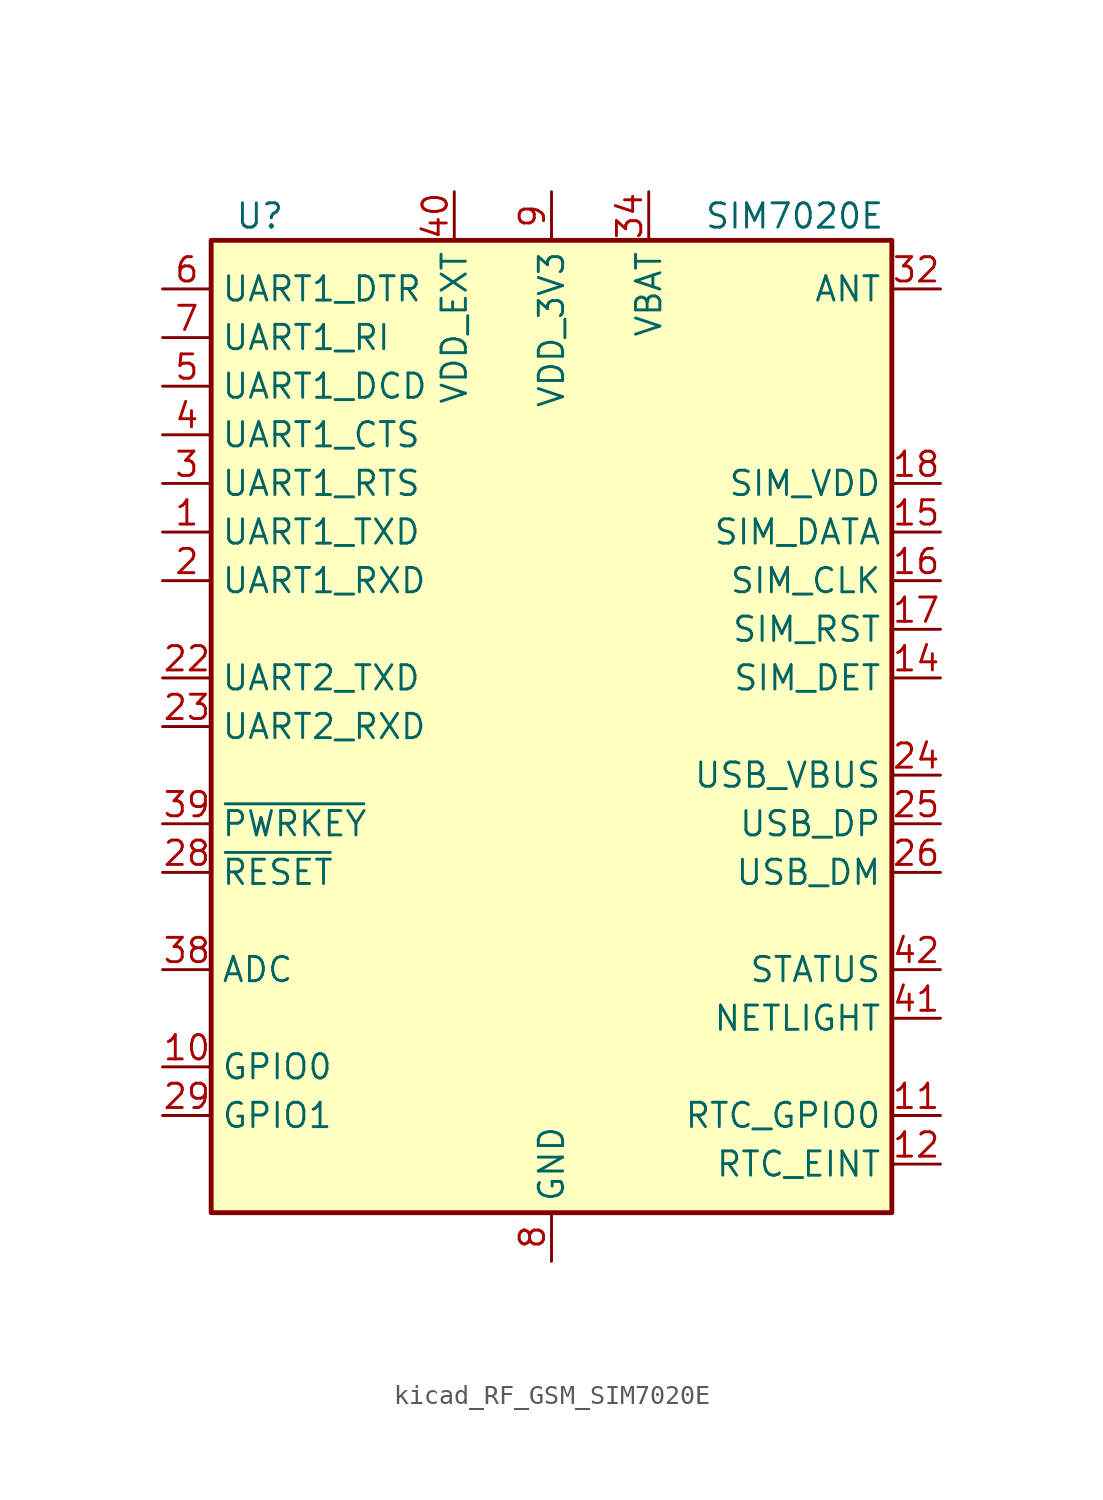
<source format=kicad_sym>
(kicad_symbol_lib
  (version 20220914)
  (generator kicad_symbol_editor)
  (symbol "kicad_RF_GSM_SIM7020E"
    (property "Reference" "U"
      (at -15.24 26.67 0)
      (effects (font (size 1.27 1.27))))
    (property "Value" "SIM7020E"
      (at 12.7 26.67 0)
      (effects (font (size 1.27 1.27))))
    (symbol "kicad_RF_GSM_SIM7020E_0_1"
      (rectangle (start -17.78 25.4) (end 17.78 -25.4) (stroke (width 0.254) (type default)) (fill (type background))))
    (symbol "kicad_RF_GSM_SIM7020E_1_1"
      (pin output line (at -20.32 10.16 0) (length 2.54) (name "UART1_TXD" (effects (font (size 1.27 1.27)))) (number "1" (effects (font (size 1.27 1.27)))))
      (pin bidirectional line (at -20.32 -17.78 0) (length 2.54) (name "GPIO0" (effects (font (size 1.27 1.27)))) (number "10" (effects (font (size 1.27 1.27)))))
      (pin output line (at 20.32 -20.32 180) (length 2.54) (name "RTC_GPIO0" (effects (font (size 1.27 1.27)))) (number "11" (effects (font (size 1.27 1.27)))))
      (pin input line (at 20.32 -22.86 180) (length 2.54) (name "RTC_EINT" (effects (font (size 1.27 1.27)))) (number "12" (effects (font (size 1.27 1.27)))))
      (pin passive line (at 0 -27.94 90) (length 2.54) hide (name "GND" (effects (font (size 1.27 1.27)))) (number "13" (effects (font (size 1.27 1.27)))))
      (pin input line (at 20.32 2.54 180) (length 2.54) (name "SIM_DET" (effects (font (size 1.27 1.27)))) (number "14" (effects (font (size 1.27 1.27)))))
      (pin bidirectional line (at 20.32 10.16 180) (length 2.54) (name "SIM_DATA" (effects (font (size 1.27 1.27)))) (number "15" (effects (font (size 1.27 1.27)))))
      (pin output line (at 20.32 7.62 180) (length 2.54) (name "SIM_CLK" (effects (font (size 1.27 1.27)))) (number "16" (effects (font (size 1.27 1.27)))))
      (pin output line (at 20.32 5.08 180) (length 2.54) (name "SIM_RST" (effects (font (size 1.27 1.27)))) (number "17" (effects (font (size 1.27 1.27)))))
      (pin power_out line (at 20.32 12.7 180) (length 2.54) (name "SIM_VDD" (effects (font (size 1.27 1.27)))) (number "18" (effects (font (size 1.27 1.27)))))
      (pin passive line (at 0 -27.94 90) (length 2.54) hide (name "GND" (effects (font (size 1.27 1.27)))) (number "19" (effects (font (size 1.27 1.27)))))
      (pin input line (at -20.32 7.62 0) (length 2.54) (name "UART1_RXD" (effects (font (size 1.27 1.27)))) (number "2" (effects (font (size 1.27 1.27)))))
      (pin no_connect line (at 17.78 17.78 180) (length 2.54) hide (name "NC" (effects (font (size 1.27 1.27)))) (number "20" (effects (font (size 1.27 1.27)))))
      (pin passive line (at 0 -27.94 90) (length 2.54) hide (name "GND" (effects (font (size 1.27 1.27)))) (number "21" (effects (font (size 1.27 1.27)))))
      (pin output line (at -20.32 2.54 0) (length 2.54) (name "UART2_TXD" (effects (font (size 1.27 1.27)))) (number "22" (effects (font (size 1.27 1.27)))))
      (pin input line (at -20.32 0 0) (length 2.54) (name "UART2_RXD" (effects (font (size 1.27 1.27)))) (number "23" (effects (font (size 1.27 1.27)))))
      (pin input line (at 20.32 -2.54 180) (length 2.54) (name "USB_VBUS" (effects (font (size 1.27 1.27)))) (number "24" (effects (font (size 1.27 1.27)))))
      (pin bidirectional line (at 20.32 -5.08 180) (length 2.54) (name "USB_DP" (effects (font (size 1.27 1.27)))) (number "25" (effects (font (size 1.27 1.27)))))
      (pin bidirectional line (at 20.32 -7.62 180) (length 2.54) (name "USB_DM" (effects (font (size 1.27 1.27)))) (number "26" (effects (font (size 1.27 1.27)))))
      (pin passive line (at 0 -27.94 90) (length 2.54) hide (name "GND" (effects (font (size 1.27 1.27)))) (number "27" (effects (font (size 1.27 1.27)))))
      (pin input line (at -20.32 -7.62 0) (length 2.54) (name "~{RESET}" (effects (font (size 1.27 1.27)))) (number "28" (effects (font (size 1.27 1.27)))))
      (pin bidirectional line (at -20.32 -20.32 0) (length 2.54) (name "GPIO1" (effects (font (size 1.27 1.27)))) (number "29" (effects (font (size 1.27 1.27)))))
      (pin input line (at -20.32 12.7 0) (length 2.54) (name "UART1_RTS" (effects (font (size 1.27 1.27)))) (number "3" (effects (font (size 1.27 1.27)))))
      (pin passive line (at 0 -27.94 90) (length 2.54) hide (name "GND" (effects (font (size 1.27 1.27)))) (number "30" (effects (font (size 1.27 1.27)))))
      (pin passive line (at 0 -27.94 90) (length 2.54) hide (name "GND" (effects (font (size 1.27 1.27)))) (number "31" (effects (font (size 1.27 1.27)))))
      (pin passive line (at 20.32 22.86 180) (length 2.54) (name "ANT" (effects (font (size 1.27 1.27)))) (number "32" (effects (font (size 1.27 1.27)))))
      (pin passive line (at 0 -27.94 90) (length 2.54) hide (name "GND" (effects (font (size 1.27 1.27)))) (number "33" (effects (font (size 1.27 1.27)))))
      (pin power_in line (at 5.08 27.94 270) (length 2.54) (name "VBAT" (effects (font (size 1.27 1.27)))) (number "34" (effects (font (size 1.27 1.27)))))
      (pin passive line (at 5.08 27.94 270) (length 2.54) hide (name "VBAT" (effects (font (size 1.27 1.27)))) (number "35" (effects (font (size 1.27 1.27)))))
      (pin passive line (at 0 -27.94 90) (length 2.54) hide (name "GND" (effects (font (size 1.27 1.27)))) (number "36" (effects (font (size 1.27 1.27)))))
      (pin passive line (at 0 -27.94 90) (length 2.54) hide (name "GND" (effects (font (size 1.27 1.27)))) (number "37" (effects (font (size 1.27 1.27)))))
      (pin input line (at -20.32 -12.7 0) (length 2.54) (name "ADC" (effects (font (size 1.27 1.27)))) (number "38" (effects (font (size 1.27 1.27)))))
      (pin input line (at -20.32 -5.08 0) (length 2.54) (name "~{PWRKEY}" (effects (font (size 1.27 1.27)))) (number "39" (effects (font (size 1.27 1.27)))))
      (pin output line (at -20.32 15.24 0) (length 2.54) (name "UART1_CTS" (effects (font (size 1.27 1.27)))) (number "4" (effects (font (size 1.27 1.27)))))
      (pin power_out line (at -5.08 27.94 270) (length 2.54) (name "VDD_EXT" (effects (font (size 1.27 1.27)))) (number "40" (effects (font (size 1.27 1.27)))))
      (pin output line (at 20.32 -15.24 180) (length 2.54) (name "NETLIGHT" (effects (font (size 1.27 1.27)))) (number "41" (effects (font (size 1.27 1.27)))))
      (pin output line (at 20.32 -12.7 180) (length 2.54) (name "STATUS" (effects (font (size 1.27 1.27)))) (number "42" (effects (font (size 1.27 1.27)))))
      (pin output line (at -20.32 17.78 0) (length 2.54) (name "UART1_DCD" (effects (font (size 1.27 1.27)))) (number "5" (effects (font (size 1.27 1.27)))))
      (pin input line (at -20.32 22.86 0) (length 2.54) (name "UART1_DTR" (effects (font (size 1.27 1.27)))) (number "6" (effects (font (size 1.27 1.27)))))
      (pin output line (at -20.32 20.32 0) (length 2.54) (name "UART1_RI" (effects (font (size 1.27 1.27)))) (number "7" (effects (font (size 1.27 1.27)))))
      (pin power_in line (at 0 -27.94 90) (length 2.54) (name "GND" (effects (font (size 1.27 1.27)))) (number "8" (effects (font (size 1.27 1.27)))))
      (pin power_out line (at 0 27.94 270) (length 2.54) (name "VDD_3V3" (effects (font (size 1.27 1.27)))) (number "9" (effects (font (size 1.27 1.27))))))))
</source>
